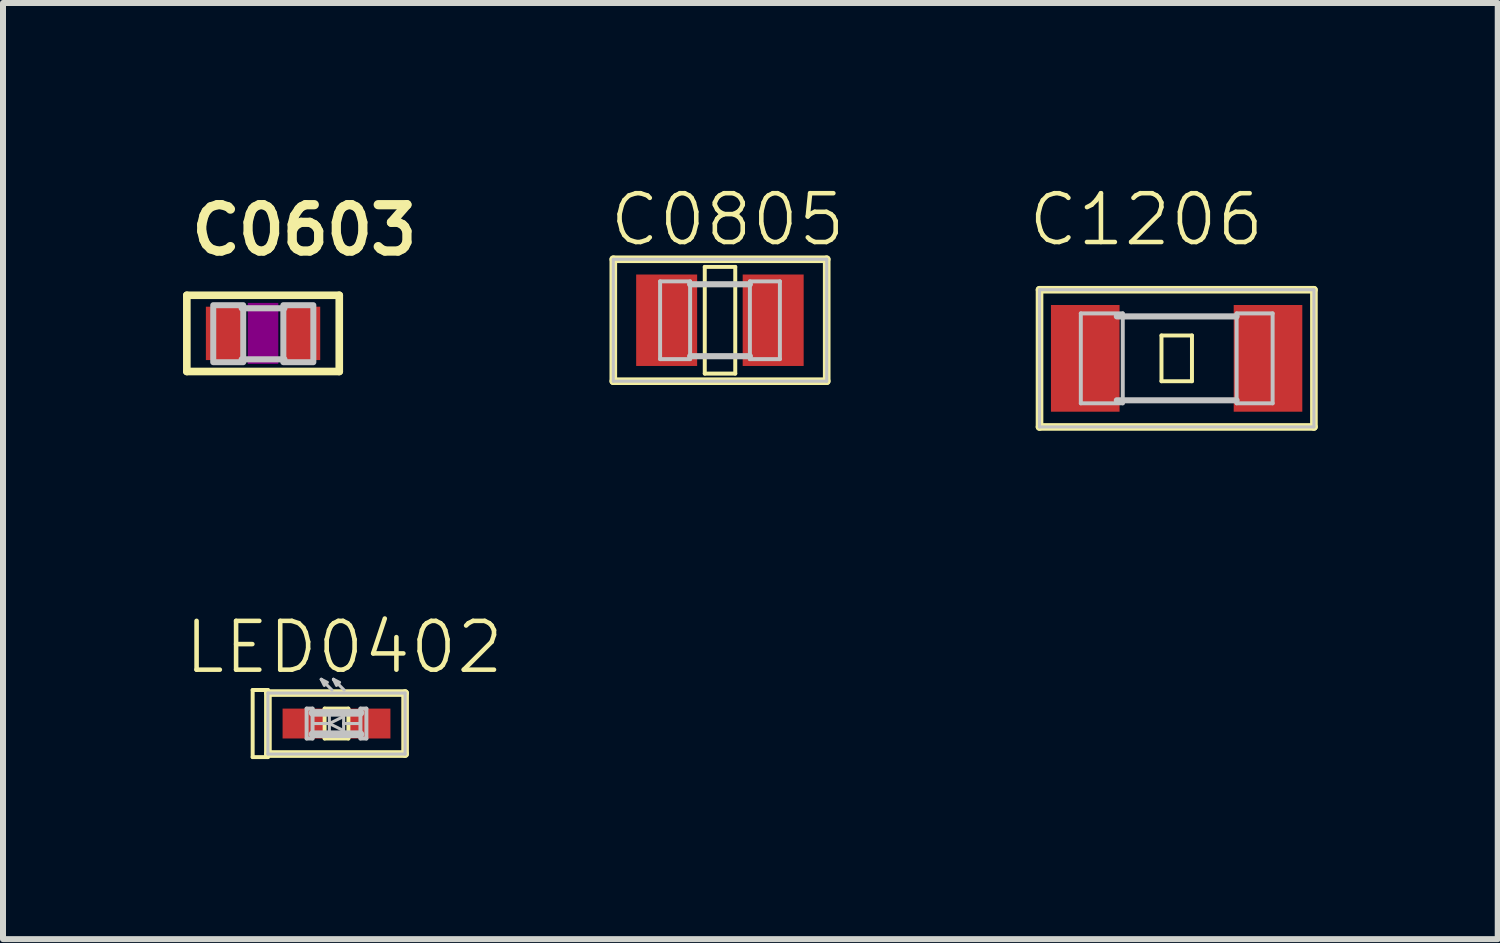
<source format=kicad_pcb>
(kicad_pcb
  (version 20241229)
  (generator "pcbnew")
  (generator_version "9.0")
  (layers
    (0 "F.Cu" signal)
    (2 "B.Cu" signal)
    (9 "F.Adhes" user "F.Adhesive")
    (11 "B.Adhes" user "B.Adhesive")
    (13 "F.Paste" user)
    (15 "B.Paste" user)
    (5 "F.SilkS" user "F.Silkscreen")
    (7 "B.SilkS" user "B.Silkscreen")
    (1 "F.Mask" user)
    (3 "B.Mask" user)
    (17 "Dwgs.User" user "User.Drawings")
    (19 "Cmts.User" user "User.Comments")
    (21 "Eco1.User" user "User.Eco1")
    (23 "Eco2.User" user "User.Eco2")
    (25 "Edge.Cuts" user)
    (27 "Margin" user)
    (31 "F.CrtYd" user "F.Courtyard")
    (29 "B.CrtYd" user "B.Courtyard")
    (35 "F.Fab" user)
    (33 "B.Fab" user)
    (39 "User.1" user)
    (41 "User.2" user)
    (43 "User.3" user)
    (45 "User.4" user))
  (footprint "C1206"
    (layer "F.Cu")
    (at 16.557 2.921)
    (property "Reference" "C1206" (at -0.508 -2.311 0) (layer "F.SilkS") (effects (font (size 0.813 0.813) (thickness 0.076))))
    (attr smd)
    (fp_line (start -2.286 -1.143) (end -2.286 1.143) (stroke (width 0.127) (type solid)) (layer "F.SilkS"))
    (fp_line (start -2.286 1.143) (end 2.286 1.143) (stroke (width 0.127) (type solid)) (layer "F.SilkS"))
    (fp_line (start -0.254 -0.381) (end 0.254 -0.381) (stroke (width 0.066) (type solid)) (layer "F.SilkS"))
    (fp_line (start -0.254 0.381) (end -0.254 -0.381) (stroke (width 0.066) (type solid)) (layer "F.SilkS"))
    (fp_line (start -0.254 0.381) (end 0.254 0.381) (stroke (width 0.066) (type solid)) (layer "F.SilkS"))
    (fp_line (start 0.254 0.381) (end 0.254 -0.381) (stroke (width 0.066) (type solid)) (layer "F.SilkS"))
    (fp_line (start 2.286 -1.143) (end -2.286 -1.143) (stroke (width 0.127) (type solid)) (layer "F.SilkS"))
    (fp_line (start 2.286 1.143) (end 2.286 -1.143) (stroke (width 0.127) (type solid)) (layer "F.SilkS"))
    (fp_line (start -2.286 -1.143) (end 2.286 -1.143) (stroke (width 0.051) (type solid)) (layer "Dwgs.User"))
    (fp_line (start -2.286 1.143) (end -2.286 -1.143) (stroke (width 0.051) (type solid)) (layer "Dwgs.User"))
    (fp_line (start -1.598 -0.749) (end -0.899 -0.749) (stroke (width 0.066) (type solid)) (layer "Dwgs.User"))
    (fp_line (start -1.598 0.749) (end -1.598 -0.749) (stroke (width 0.066) (type solid)) (layer "Dwgs.User"))
    (fp_line (start -1.598 0.749) (end -0.899 0.749) (stroke (width 0.066) (type solid)) (layer "Dwgs.User"))
    (fp_line (start -0.998 -0.699) (end 0.998 -0.699) (stroke (width 0.102) (type solid)) (layer "Dwgs.User"))
    (fp_line (start -0.998 0.699) (end 0.998 0.699) (stroke (width 0.102) (type solid)) (layer "Dwgs.User"))
    (fp_line (start -0.899 0.749) (end -0.899 -0.749) (stroke (width 0.066) (type solid)) (layer "Dwgs.User"))
    (fp_line (start 0.998 -0.749) (end 1.598 -0.749) (stroke (width 0.066) (type solid)) (layer "Dwgs.User"))
    (fp_line (start 0.998 0.749) (end 0.998 -0.749) (stroke (width 0.066) (type solid)) (layer "Dwgs.User"))
    (fp_line (start 0.998 0.749) (end 1.598 0.749) (stroke (width 0.066) (type solid)) (layer "Dwgs.User"))
    (fp_line (start 1.598 0.749) (end 1.598 -0.749) (stroke (width 0.066) (type solid)) (layer "Dwgs.User"))
    (fp_line (start 2.286 -1.143) (end 2.286 1.143) (stroke (width 0.051) (type solid)) (layer "Dwgs.User"))
    (fp_line (start 2.286 1.143) (end -2.286 1.143) (stroke (width 0.051) (type solid)) (layer "Dwgs.User"))
    (pad "1" smd rect (at -1.524 0) (size 1.143 1.778) (layers "F.Cu" "F.Mask" "F.Paste"))
    (pad "2" smd rect (at 1.521 0) (size 1.143 1.778) (layers "F.Cu" "F.Mask" "F.Paste")))
  (footprint "C0603"
    (layer "F.Cu")
    (at 1.333 2.505)
    (property "Reference" "C0603" (at -1.27 -1.27 0) (layer "F.SilkS") (effects (font (size 0.772 0.772) (thickness 0.154)) (justify left bottom)))
    (attr through_hole)
    (fp_line (start -1.27 -0.635) (end 1.27 -0.635) (stroke (width 0.127) (type solid)) (layer "F.SilkS"))
    (fp_line (start -1.27 0.635) (end -1.27 -0.635) (stroke (width 0.127) (type solid)) (layer "F.SilkS"))
    (fp_line (start 1.27 -0.635) (end 1.27 0.635) (stroke (width 0.127) (type solid)) (layer "F.SilkS"))
    (fp_line (start 1.27 0.635) (end -1.27 0.635) (stroke (width 0.127) (type solid)) (layer "F.SilkS"))
    (fp_poly (pts (xy -0.254 0.508) (xy 0.254 0.508) (xy 0.254 -0.508) (xy -0.254 -0.508)) (stroke (width 0) (type solid)) (fill yes) (layer "F.Adhes"))
    (fp_line (start 0.356 -0.419) (end -0.356 -0.419) (stroke (width 0.102) (type solid)) (layer "Dwgs.User"))
    (fp_line (start 0.356 0.432) (end -0.356 0.432) (stroke (width 0.102) (type solid)) (layer "Dwgs.User"))
    (fp_poly (pts (xy -0.83 0.48) (xy -0.33 0.48) (xy -0.33 -0.47) (xy -0.83 -0.47)) (stroke (width 0.1) (type solid)) (fill no) (layer "Dwgs.User"))
    (fp_poly (pts (xy 0.338 0.48) (xy 0.838 0.48) (xy 0.838 -0.47) (xy 0.338 -0.47)) (stroke (width 0.1) (type solid)) (fill no) (layer "Dwgs.User"))
    (pad "1" smd rect (at -0.635 0 90) (size 0.889 0.635) (layers "F.Cu" "F.Mask" "F.Paste"))
    (pad "2" smd rect (at 0.635 0 90) (size 0.889 0.635) (layers "F.Cu" "F.Mask" "F.Paste")))
  (footprint "LED0402"
    (layer "F.Cu")
    (at 2.557 9.006)
    (property "Reference" "LED0402" (at 0.127 -1.27 0) (layer "F.SilkS") (effects (font (size 0.813 0.813) (thickness 0.076))))
    (attr smd)
    (fp_line (start -1.397 -0.559) (end -1.143 -0.559) (stroke (width 0.066) (type solid)) (layer "F.SilkS"))
    (fp_line (start -1.397 0.559) (end -1.397 -0.559) (stroke (width 0.066) (type solid)) (layer "F.SilkS"))
    (fp_line (start -1.397 0.559) (end -1.143 0.559) (stroke (width 0.066) (type solid)) (layer "F.SilkS"))
    (fp_line (start -1.143 -0.508) (end -1.143 0.508) (stroke (width 0.127) (type solid)) (layer "F.SilkS"))
    (fp_line (start -1.143 0.508) (end 1.143 0.508) (stroke (width 0.127) (type solid)) (layer "F.SilkS"))
    (fp_line (start -1.143 0.559) (end -1.143 -0.559) (stroke (width 0.066) (type solid)) (layer "F.SilkS"))
    (fp_line (start -0.198 -0.249) (end 0.198 -0.249) (stroke (width 0.066) (type solid)) (layer "F.SilkS"))
    (fp_line (start -0.198 0.249) (end -0.198 -0.249) (stroke (width 0.066) (type solid)) (layer "F.SilkS"))
    (fp_line (start -0.198 0.249) (end 0.198 0.249) (stroke (width 0.066) (type solid)) (layer "F.SilkS"))
    (fp_line (start 0.198 0.249) (end 0.198 -0.249) (stroke (width 0.066) (type solid)) (layer "F.SilkS"))
    (fp_line (start 1.143 -0.508) (end -1.143 -0.508) (stroke (width 0.127) (type solid)) (layer "F.SilkS"))
    (fp_line (start 1.143 0.508) (end 1.143 -0.508) (stroke (width 0.127) (type solid)) (layer "F.SilkS"))
    (fp_line (start -1.143 -0.508) (end 1.143 -0.508) (stroke (width 0.051) (type solid)) (layer "Dwgs.User"))
    (fp_line (start -1.143 0.508) (end -1.143 -0.508) (stroke (width 0.051) (type solid)) (layer "Dwgs.User"))
    (fp_line (start -0.498 -0.249) (end -0.399 -0.249) (stroke (width 0.066) (type solid)) (layer "Dwgs.User"))
    (fp_line (start -0.498 0.249) (end -0.498 -0.249) (stroke (width 0.066) (type solid)) (layer "Dwgs.User"))
    (fp_line (start -0.498 0.249) (end -0.399 0.249) (stroke (width 0.066) (type solid)) (layer "Dwgs.User"))
    (fp_line (start -0.399 0.178) (end 0.399 0.178) (stroke (width 0.127) (type solid)) (layer "Dwgs.User"))
    (fp_line (start -0.399 0.249) (end -0.399 -0.249) (stroke (width 0.066) (type solid)) (layer "Dwgs.User"))
    (fp_line (start -0.254 -0.737) (end -0.203 -0.635) (stroke (width 0.051) (type solid)) (layer "Dwgs.User"))
    (fp_line (start -0.254 -0.737) (end -0.152 -0.686) (stroke (width 0.051) (type solid)) (layer "Dwgs.User"))
    (fp_line (start -0.254 -0.737) (end -0.076 -0.559) (stroke (width 0.051) (type solid)) (layer "Dwgs.User"))
    (fp_line (start -0.119 0) (end -0.399 0) (stroke (width 0.051) (type solid)) (layer "Dwgs.User"))
    (fp_line (start -0.119 0) (end -0.119 -0.119) (stroke (width 0.051) (type solid)) (layer "Dwgs.User"))
    (fp_line (start -0.119 0) (end -0.119 0.119) (stroke (width 0.051) (type solid)) (layer "Dwgs.User"))
    (fp_line (start -0.119 0) (end 0.119 -0.119) (stroke (width 0.051) (type solid)) (layer "Dwgs.User"))
    (fp_line (start -0.051 -0.737) (end 0 -0.635) (stroke (width 0.051) (type solid)) (layer "Dwgs.User"))
    (fp_line (start -0.051 -0.737) (end 0.051 -0.686) (stroke (width 0.051) (type solid)) (layer "Dwgs.User"))
    (fp_line (start -0.051 -0.737) (end 0.127 -0.559) (stroke (width 0.051) (type solid)) (layer "Dwgs.User"))
    (fp_line (start 0.119 -0.119) (end 0.119 0) (stroke (width 0.051) (type solid)) (layer "Dwgs.User"))
    (fp_line (start 0.119 0) (end 0.119 0.119) (stroke (width 0.051) (type solid)) (layer "Dwgs.User"))
    (fp_line (start 0.119 0) (end 0.399 0) (stroke (width 0.051) (type solid)) (layer "Dwgs.User"))
    (fp_line (start 0.119 0.119) (end -0.119 0) (stroke (width 0.051) (type solid)) (layer "Dwgs.User"))
    (fp_line (start 0.399 -0.249) (end 0.498 -0.249) (stroke (width 0.066) (type solid)) (layer "Dwgs.User"))
    (fp_line (start 0.399 -0.178) (end -0.399 -0.178) (stroke (width 0.127) (type solid)) (layer "Dwgs.User"))
    (fp_line (start 0.399 0.249) (end 0.399 -0.249) (stroke (width 0.066) (type solid)) (layer "Dwgs.User"))
    (fp_line (start 0.399 0.249) (end 0.498 0.249) (stroke (width 0.066) (type solid)) (layer "Dwgs.User"))
    (fp_line (start 0.498 0.249) (end 0.498 -0.249) (stroke (width 0.066) (type solid)) (layer "Dwgs.User"))
    (fp_line (start 1.143 -0.508) (end 1.143 0.508) (stroke (width 0.051) (type solid)) (layer "Dwgs.User"))
    (fp_line (start 1.143 0.508) (end -1.143 0.508) (stroke (width 0.051) (type solid)) (layer "Dwgs.User"))
    (pad "1" smd rect (at -0.549 0) (size 0.699 0.498) (layers "F.Cu" "F.Mask" "F.Paste"))
    (pad "2" smd rect (at 0.549 0) (size 0.699 0.498) (layers "F.Cu" "F.Mask" "F.Paste")))
  (footprint "C0805"
    (layer "F.Cu")
    (at 8.947 2.286)
    (property "Reference" "C0805" (at 0.127 -1.676 0) (layer "F.SilkS") (effects (font (size 0.813 0.813) (thickness 0.076))))
    (attr smd)
    (fp_line (start -1.778 -1.016) (end 1.778 -1.016) (stroke (width 0.127) (type solid)) (layer "F.SilkS"))
    (fp_line (start -1.778 1.016) (end -1.778 -1.016) (stroke (width 0.127) (type solid)) (layer "F.SilkS"))
    (fp_line (start -0.254 -0.889) (end 0.254 -0.889) (stroke (width 0.066) (type solid)) (layer "F.SilkS"))
    (fp_line (start -0.254 0.889) (end -0.254 -0.889) (stroke (width 0.066) (type solid)) (layer "F.SilkS"))
    (fp_line (start -0.254 0.889) (end 0.254 0.889) (stroke (width 0.066) (type solid)) (layer "F.SilkS"))
    (fp_line (start 0.254 0.889) (end 0.254 -0.889) (stroke (width 0.066) (type solid)) (layer "F.SilkS"))
    (fp_line (start 1.778 -1.016) (end 1.778 1.016) (stroke (width 0.127) (type solid)) (layer "F.SilkS"))
    (fp_line (start 1.778 1.016) (end -1.778 1.016) (stroke (width 0.127) (type solid)) (layer "F.SilkS"))
    (fp_line (start -1.778 -1.016) (end 1.778 -1.016) (stroke (width 0.051) (type solid)) (layer "Dwgs.User"))
    (fp_line (start -1.778 1.016) (end -1.778 -1.016) (stroke (width 0.051) (type solid)) (layer "Dwgs.User"))
    (fp_line (start -0.998 -0.648) (end -0.498 -0.648) (stroke (width 0.066) (type solid)) (layer "Dwgs.User"))
    (fp_line (start -0.998 0.648) (end -0.998 -0.648) (stroke (width 0.066) (type solid)) (layer "Dwgs.User"))
    (fp_line (start -0.998 0.648) (end -0.498 0.648) (stroke (width 0.066) (type solid)) (layer "Dwgs.User"))
    (fp_line (start -0.498 -0.599) (end 0.498 -0.599) (stroke (width 0.102) (type solid)) (layer "Dwgs.User"))
    (fp_line (start -0.498 0.599) (end 0.498 0.599) (stroke (width 0.102) (type solid)) (layer "Dwgs.User"))
    (fp_line (start -0.498 0.648) (end -0.498 -0.648) (stroke (width 0.066) (type solid)) (layer "Dwgs.User"))
    (fp_line (start 0.498 -0.648) (end 0.998 -0.648) (stroke (width 0.066) (type solid)) (layer "Dwgs.User"))
    (fp_line (start 0.498 0.648) (end 0.498 -0.648) (stroke (width 0.066) (type solid)) (layer "Dwgs.User"))
    (fp_line (start 0.498 0.648) (end 0.998 0.648) (stroke (width 0.066) (type solid)) (layer "Dwgs.User"))
    (fp_line (start 0.998 0.648) (end 0.998 -0.648) (stroke (width 0.066) (type solid)) (layer "Dwgs.User"))
    (fp_line (start 1.778 -1.016) (end 1.778 1.016) (stroke (width 0.051) (type solid)) (layer "Dwgs.User"))
    (fp_line (start 1.778 1.016) (end -1.778 1.016) (stroke (width 0.051) (type solid)) (layer "Dwgs.User"))
    (pad "1" smd rect (at -0.889 0) (size 1.016 1.524) (layers "F.Cu" "F.Mask" "F.Paste"))
    (pad "2" smd rect (at 0.886 0) (size 1.016 1.524) (layers "F.Cu" "F.Mask" "F.Paste")))
  (gr_rect
    (start -3 -3)
    (end 21.906 12.598)
    (stroke (width 0.1) (type default))
    (fill no)
    (layer "Edge.Cuts")))
</source>
